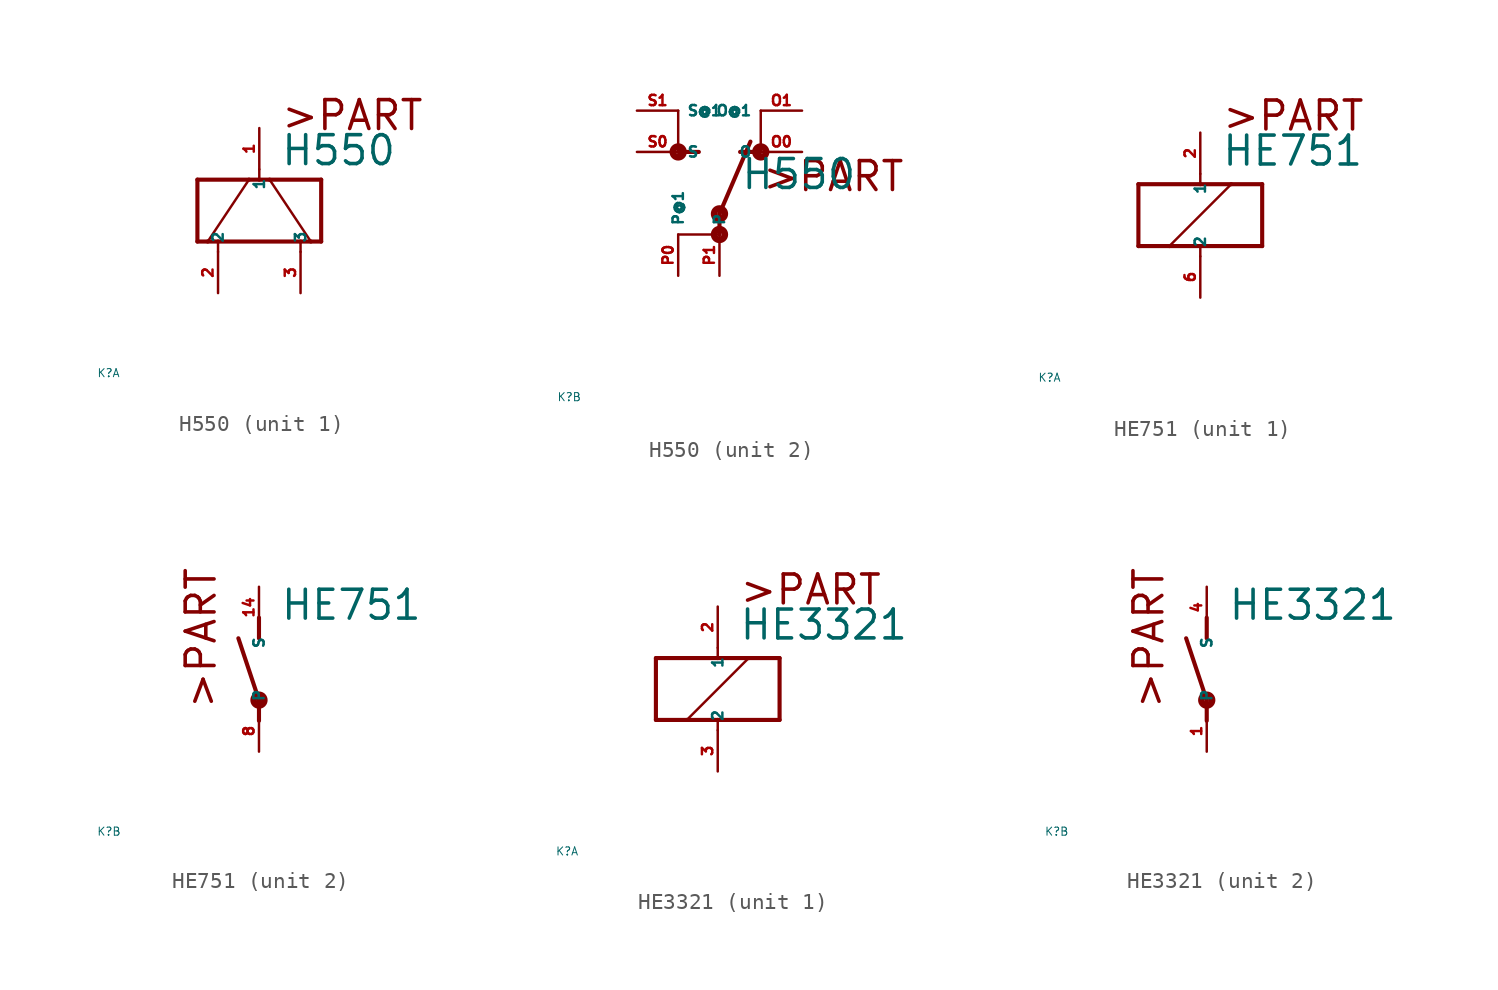
<source format=kicad_sym>
(kicad_symbol_lib
  (version 20220914)
  (generator Eagle2Kicad)
  (symbol "H550"
    (property "Reference" "K"
      (at -10 -10 0)
      (effects (font (size 0.5 0.5) (thickness 0.06)) (justify left)))
    (property "Value" "H550"
      (at 1.27 2.667 0)
      (effects (font (size 1.778 1.778) (thickness 0.22)) (justify left bottom)))
    (symbol "H550_1_0"
      (polyline (pts (xy -3.81 -1.905) (xy -3.175 -1.905)) (stroke (width 0.254) (type default)) (fill (type none)))
      (polyline (pts (xy 3.81 -1.905) (xy 3.81 1.905)) (stroke (width 0.254) (type default)) (fill (type none)))
      (polyline (pts (xy -3.81 1.905) (xy -3.81 -1.905)) (stroke (width 0.254) (type default)) (fill (type none)))
      (polyline (pts (xy 0.635 1.905) (xy 3.175 -1.905)) (stroke (width 0.152) (type default)) (fill (type none)))
      (polyline (pts (xy -3.175 -1.905) (xy -0.635 1.905)) (stroke (width 0.152) (type default)) (fill (type none)))
      (polyline (pts (xy 2.54 -1.905) (xy 2.54 -2.54)) (stroke (width 0.152) (type default)) (fill (type none)))
      (polyline (pts (xy -3.175 -1.905) (xy -2.54 -1.905)) (stroke (width 0.254) (type default)) (fill (type none)))
      (polyline (pts (xy 3.175 -1.905) (xy 3.81 -1.905)) (stroke (width 0.254) (type default)) (fill (type none)))
      (polyline (pts (xy -0.635 1.905) (xy -3.81 1.905)) (stroke (width 0.254) (type default)) (fill (type none)))
      (polyline (pts (xy 0.635 1.905) (xy 3.81 1.905)) (stroke (width 0.254) (type default)) (fill (type none)))
      (polyline (pts (xy -0.635 1.905) (xy 0 1.905)) (stroke (width 0.254) (type default)) (fill (type none)))
      (polyline (pts (xy 0 1.905) (xy 0 2.54)) (stroke (width 0.152) (type default)) (fill (type none)))
      (polyline (pts (xy 0 1.905) (xy 0.635 1.905)) (stroke (width 0.254) (type default)) (fill (type none)))
      (polyline (pts (xy 2.54 -1.905) (xy 3.175 -1.905)) (stroke (width 0.254) (type default)) (fill (type none)))
      (polyline (pts (xy -2.54 -2.54) (xy -2.54 -1.905)) (stroke (width 0.152) (type default)) (fill (type none)))
      (polyline (pts (xy -2.54 -1.905) (xy 2.54 -1.905)) (stroke (width 0.254) (type default)) (fill (type none)))
      (text ">PART" (at 1.27 4.826 0) (effects (font (size 1.778 1.778) (thickness 0.22)) (justify left bottom)))
      (pin passive line (at 0 5.08 270) (length 2.54) (name "1" (effects (font (size 0.635 0.635) (thickness 0.08)) (justify left bottom))) (number "1" (effects (font (size 0.635 0.635) (thickness 0.08)) (justify left bottom))))
      (pin passive line (at 2.54 -5.08 90) (length 2.54) (name "3" (effects (font (size 0.635 0.635) (thickness 0.08)) (justify left bottom))) (number "3" (effects (font (size 0.635 0.635) (thickness 0.08)) (justify left bottom))))
      (pin passive line (at -2.54 -5.08 90) (length 2.54) (name "2" (effects (font (size 0.635 0.635) (thickness 0.08)) (justify left bottom))) (number "2" (effects (font (size 0.635 0.635) (thickness 0.08)) (justify left bottom)))))
    (symbol "H550_2_0"
      (polyline (pts (xy -2.54 5.08) (xy -1.27 5.08)) (stroke (width 0.254) (type default)) (fill (type none)))
      (polyline (pts (xy 0 0) (xy 0 1.27)) (stroke (width 0.254) (type default)) (fill (type none)))
      (polyline (pts (xy 0 1.27) (xy 1.905 5.715)) (stroke (width 0.254) (type default)) (fill (type none)))
      (polyline (pts (xy -2.54 7.62) (xy -2.54 5.08)) (stroke (width 0.152) (type default)) (fill (type none)))
      (polyline (pts (xy -2.54 0) (xy 0 0)) (stroke (width 0.152) (type default)) (fill (type none)))
      (polyline (pts (xy 2.54 7.62) (xy 2.54 5.08)) (stroke (width 0.152) (type default)) (fill (type none)))
      (polyline (pts (xy 2.54 5.08) (xy 1.27 5.08)) (stroke (width 0.254) (type default)) (fill (type none)))
      (text ">PART" (at 2.54 2.54 0) (effects (font (size 1.778 1.778) (thickness 0.22)) (justify left bottom)))
      (circle (center 0 0) (radius 0.127) (stroke (width 0.406) (type default)) (fill (type none)))
      (circle (center 2.54 5.08) (radius 0.127) (stroke (width 0.406) (type default)) (fill (type none)))
      (circle (center -2.54 5.08) (radius 0.127) (stroke (width 0.406) (type default)) (fill (type none)))
      (circle (center 0 1.27) (radius 0.127) (stroke (width 0.406) (type default)) (fill (type none)))
      (pin passive line (at 5.08 7.62 180) (length 2.54) (name "O@1" (effects (font (size 0.635 0.635) (thickness 0.08)) (justify left bottom))) (number "O1" (effects (font (size 0.635 0.635) (thickness 0.08)) (justify left bottom))))
      (pin passive line (at -5.08 7.62 0) (length 2.54) (name "S@1" (effects (font (size 0.635 0.635) (thickness 0.08)) (justify left bottom))) (number "S1" (effects (font (size 0.635 0.635) (thickness 0.08)) (justify left bottom))))
      (pin passive line (at 0 -2.54 90) (length 2.54) (name "P" (effects (font (size 0.635 0.635) (thickness 0.08)) (justify left bottom))) (number "P1" (effects (font (size 0.635 0.635) (thickness 0.08)) (justify left bottom))))
      (pin passive line (at -5.08 5.08 0) (length 2.54) (name "S" (effects (font (size 0.635 0.635) (thickness 0.08)) (justify left bottom))) (number "S0" (effects (font (size 0.635 0.635) (thickness 0.08)) (justify left bottom))))
      (pin passive line (at -2.54 -2.54 90) (length 2.54) (name "P@1" (effects (font (size 0.635 0.635) (thickness 0.08)) (justify left bottom))) (number "P0" (effects (font (size 0.635 0.635) (thickness 0.08)) (justify left bottom))))
      (pin passive line (at 5.08 5.08 180) (length 2.54) (name "O" (effects (font (size 0.635 0.635) (thickness 0.08)) (justify left bottom))) (number "O0" (effects (font (size 0.635 0.635) (thickness 0.08)) (justify left bottom))))))
  (symbol "HE751"
    (property "Reference" "K"
      (at -10 -10 0)
      (effects (font (size 0.5 0.5) (thickness 0.06)) (justify left)))
    (property "Value" "HE751"
      (at 1.27 2.921 0)
      (effects (font (size 1.778 1.778) (thickness 0.22)) (justify left bottom)))
    (symbol "HE751_1_0"
      (polyline (pts (xy -3.81 -1.905) (xy -1.905 -1.905)) (stroke (width 0.254) (type default)) (fill (type none)))
      (polyline (pts (xy 3.81 -1.905) (xy 3.81 1.905)) (stroke (width 0.254) (type default)) (fill (type none)))
      (polyline (pts (xy 3.81 1.905) (xy 1.905 1.905)) (stroke (width 0.254) (type default)) (fill (type none)))
      (polyline (pts (xy -3.81 1.905) (xy -3.81 -1.905)) (stroke (width 0.254) (type default)) (fill (type none)))
      (polyline (pts (xy 0 -2.54) (xy 0 -1.905)) (stroke (width 0.152) (type default)) (fill (type none)))
      (polyline (pts (xy 0 -1.905) (xy 3.81 -1.905)) (stroke (width 0.254) (type default)) (fill (type none)))
      (polyline (pts (xy 0 2.54) (xy 0 1.905)) (stroke (width 0.152) (type default)) (fill (type none)))
      (polyline (pts (xy 0 1.905) (xy -3.81 1.905)) (stroke (width 0.254) (type default)) (fill (type none)))
      (polyline (pts (xy -1.905 -1.905) (xy 1.905 1.905)) (stroke (width 0.152) (type default)) (fill (type none)))
      (polyline (pts (xy -1.905 -1.905) (xy 0 -1.905)) (stroke (width 0.254) (type default)) (fill (type none)))
      (polyline (pts (xy 1.905 1.905) (xy 0 1.905)) (stroke (width 0.254) (type default)) (fill (type none)))
      (text ">PART" (at 1.27 5.08 0) (effects (font (size 1.778 1.778) (thickness 0.22)) (justify left bottom)))
      (pin passive line (at 0 -5.08 90) (length 2.54) (name "2" (effects (font (size 0.635 0.635) (thickness 0.08)) (justify left bottom))) (number "6" (effects (font (size 0.635 0.635) (thickness 0.08)) (justify left bottom))))
      (pin passive line (at 0 5.08 270) (length 2.54) (name "1" (effects (font (size 0.635 0.635) (thickness 0.08)) (justify left bottom))) (number "2" (effects (font (size 0.635 0.635) (thickness 0.08)) (justify left bottom)))))
    (symbol "HE751_2_0"
      (polyline (pts (xy 0 3.175) (xy 0 1.905)) (stroke (width 0.254) (type default)) (fill (type none)))
      (polyline (pts (xy 0 -3.175) (xy 0 -1.905)) (stroke (width 0.254) (type default)) (fill (type none)))
      (polyline (pts (xy 0 -1.905) (xy -1.27 1.905)) (stroke (width 0.254) (type default)) (fill (type none)))
      (text ">PART" (at -2.54 -2.54 900) (effects (font (size 1.778 1.778) (thickness 0.22)) (justify left bottom)))
      (circle (center 0 -1.905) (radius 0.127) (stroke (width 0.406) (type default)) (fill (type none)))
      (pin passive line (at 0 -5.08 90) (length 2.54) (name "P" (effects (font (size 0.635 0.635) (thickness 0.08)) (justify left bottom))) (number "8" (effects (font (size 0.635 0.635) (thickness 0.08)) (justify left bottom))))
      (pin passive line (at 0 5.08 270) (length 2.54) (name "S" (effects (font (size 0.635 0.635) (thickness 0.08)) (justify left bottom))) (number "14" (effects (font (size 0.635 0.635) (thickness 0.08)) (justify left bottom))))))
  (symbol "HE3321"
    (property "Reference" "K"
      (at -10 -10 0)
      (effects (font (size 0.5 0.5) (thickness 0.06)) (justify left)))
    (property "Value" "HE3321"
      (at 1.27 2.921 0)
      (effects (font (size 1.778 1.778) (thickness 0.22)) (justify left bottom)))
    (symbol "HE3321_1_0"
      (polyline (pts (xy -3.81 -1.905) (xy -1.905 -1.905)) (stroke (width 0.254) (type default)) (fill (type none)))
      (polyline (pts (xy 3.81 -1.905) (xy 3.81 1.905)) (stroke (width 0.254) (type default)) (fill (type none)))
      (polyline (pts (xy 3.81 1.905) (xy 1.905 1.905)) (stroke (width 0.254) (type default)) (fill (type none)))
      (polyline (pts (xy -3.81 1.905) (xy -3.81 -1.905)) (stroke (width 0.254) (type default)) (fill (type none)))
      (polyline (pts (xy 0 -2.54) (xy 0 -1.905)) (stroke (width 0.152) (type default)) (fill (type none)))
      (polyline (pts (xy 0 -1.905) (xy 3.81 -1.905)) (stroke (width 0.254) (type default)) (fill (type none)))
      (polyline (pts (xy 0 2.54) (xy 0 1.905)) (stroke (width 0.152) (type default)) (fill (type none)))
      (polyline (pts (xy 0 1.905) (xy -3.81 1.905)) (stroke (width 0.254) (type default)) (fill (type none)))
      (polyline (pts (xy -1.905 -1.905) (xy 1.905 1.905)) (stroke (width 0.152) (type default)) (fill (type none)))
      (polyline (pts (xy -1.905 -1.905) (xy 0 -1.905)) (stroke (width 0.254) (type default)) (fill (type none)))
      (polyline (pts (xy 1.905 1.905) (xy 0 1.905)) (stroke (width 0.254) (type default)) (fill (type none)))
      (text ">PART" (at 1.27 5.08 0) (effects (font (size 1.778 1.778) (thickness 0.22)) (justify left bottom)))
      (pin passive line (at 0 -5.08 90) (length 2.54) (name "2" (effects (font (size 0.635 0.635) (thickness 0.08)) (justify left bottom))) (number "3" (effects (font (size 0.635 0.635) (thickness 0.08)) (justify left bottom))))
      (pin passive line (at 0 5.08 270) (length 2.54) (name "1" (effects (font (size 0.635 0.635) (thickness 0.08)) (justify left bottom))) (number "2" (effects (font (size 0.635 0.635) (thickness 0.08)) (justify left bottom)))))
    (symbol "HE3321_2_0"
      (polyline (pts (xy 0 3.175) (xy 0 1.905)) (stroke (width 0.254) (type default)) (fill (type none)))
      (polyline (pts (xy 0 -3.175) (xy 0 -1.905)) (stroke (width 0.254) (type default)) (fill (type none)))
      (polyline (pts (xy 0 -1.905) (xy -1.27 1.905)) (stroke (width 0.254) (type default)) (fill (type none)))
      (text ">PART" (at -2.54 -2.54 900) (effects (font (size 1.778 1.778) (thickness 0.22)) (justify left bottom)))
      (circle (center 0 -1.905) (radius 0.127) (stroke (width 0.406) (type default)) (fill (type none)))
      (pin passive line (at 0 -5.08 90) (length 2.54) (name "P" (effects (font (size 0.635 0.635) (thickness 0.08)) (justify left bottom))) (number "1" (effects (font (size 0.635 0.635) (thickness 0.08)) (justify left bottom))))
      (pin passive line (at 0 5.08 270) (length 2.54) (name "S" (effects (font (size 0.635 0.635) (thickness 0.08)) (justify left bottom))) (number "4" (effects (font (size 0.635 0.635) (thickness 0.08)) (justify left bottom)))))))
</source>
